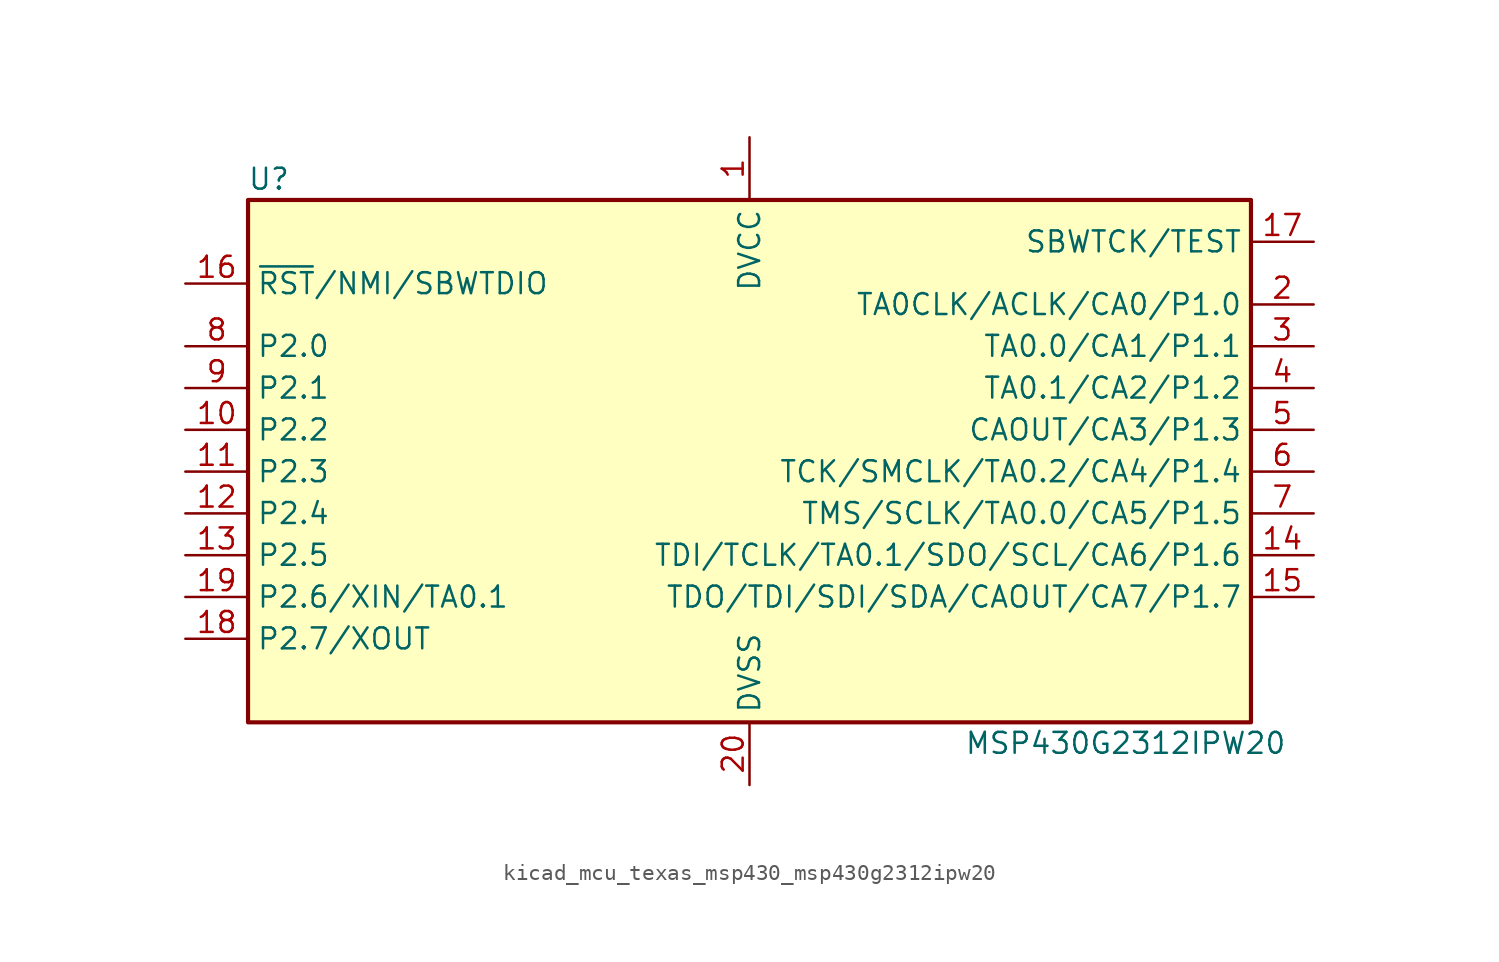
<source format=kicad_sym>
(kicad_symbol_lib
  (version 20220914)
  (generator kicad_symbol_editor)
  (symbol "kicad_mcu_texas_msp430_msp430g2312ipw20"
    (property "Reference" "U"
      (at -29.21 17.78 0)
      (effects (font (size 1.27 1.27))))
    (property "Value" "MSP430G2312IPW20"
      (at 22.86 -16.51 0)
      (effects (font (size 1.27 1.27))))
    (symbol "kicad_mcu_texas_msp430_msp430g2312ipw20_0_1"
      (rectangle (start -30.48 16.51) (end 30.48 -15.24) (stroke (width 0.254) (type default)) (fill (type background))))
    (symbol "kicad_mcu_texas_msp430_msp430g2312ipw20_1_1"
      (pin power_in line (at 0 20.32 270) (length 3.81) (name "DVCC" (effects (font (size 1.27 1.27)))) (number "1" (effects (font (size 1.27 1.27)))))
      (pin bidirectional line (at -34.29 2.54 0) (length 3.81) (name "P2.2" (effects (font (size 1.27 1.27)))) (number "10" (effects (font (size 1.27 1.27)))))
      (pin bidirectional line (at -34.29 0 0) (length 3.81) (name "P2.3" (effects (font (size 1.27 1.27)))) (number "11" (effects (font (size 1.27 1.27)))))
      (pin bidirectional line (at -34.29 -2.54 0) (length 3.81) (name "P2.4" (effects (font (size 1.27 1.27)))) (number "12" (effects (font (size 1.27 1.27)))))
      (pin bidirectional line (at -34.29 -5.08 0) (length 3.81) (name "P2.5" (effects (font (size 1.27 1.27)))) (number "13" (effects (font (size 1.27 1.27)))))
      (pin bidirectional line (at 34.29 -5.08 180) (length 3.81) (name "TDI/TCLK/TA0.1/SDO/SCL/CA6/P1.6" (effects (font (size 1.27 1.27)))) (number "14" (effects (font (size 1.27 1.27)))))
      (pin bidirectional line (at 34.29 -7.62 180) (length 3.81) (name "TDO/TDI/SDI/SDA/CAOUT/CA7/P1.7" (effects (font (size 1.27 1.27)))) (number "15" (effects (font (size 1.27 1.27)))))
      (pin input line (at -34.29 11.43 0) (length 3.81) (name "~{RST}/NMI/SBWTDIO" (effects (font (size 1.27 1.27)))) (number "16" (effects (font (size 1.27 1.27)))))
      (pin input line (at 34.29 13.97 180) (length 3.81) (name "SBWTCK/TEST" (effects (font (size 1.27 1.27)))) (number "17" (effects (font (size 1.27 1.27)))))
      (pin bidirectional line (at -34.29 -10.16 0) (length 3.81) (name "P2.7/XOUT" (effects (font (size 1.27 1.27)))) (number "18" (effects (font (size 1.27 1.27)))))
      (pin bidirectional line (at -34.29 -7.62 0) (length 3.81) (name "P2.6/XIN/TA0.1" (effects (font (size 1.27 1.27)))) (number "19" (effects (font (size 1.27 1.27)))))
      (pin bidirectional line (at 34.29 10.16 180) (length 3.81) (name "TA0CLK/ACLK/CA0/P1.0" (effects (font (size 1.27 1.27)))) (number "2" (effects (font (size 1.27 1.27)))))
      (pin power_in line (at 0 -19.05 90) (length 3.81) (name "DVSS" (effects (font (size 1.27 1.27)))) (number "20" (effects (font (size 1.27 1.27)))))
      (pin bidirectional line (at 34.29 7.62 180) (length 3.81) (name "TA0.0/CA1/P1.1" (effects (font (size 1.27 1.27)))) (number "3" (effects (font (size 1.27 1.27)))))
      (pin bidirectional line (at 34.29 5.08 180) (length 3.81) (name "TA0.1/CA2/P1.2" (effects (font (size 1.27 1.27)))) (number "4" (effects (font (size 1.27 1.27)))))
      (pin bidirectional line (at 34.29 2.54 180) (length 3.81) (name "CAOUT/CA3/P1.3" (effects (font (size 1.27 1.27)))) (number "5" (effects (font (size 1.27 1.27)))))
      (pin bidirectional line (at 34.29 0 180) (length 3.81) (name "TCK/SMCLK/TA0.2/CA4/P1.4" (effects (font (size 1.27 1.27)))) (number "6" (effects (font (size 1.27 1.27)))))
      (pin bidirectional line (at 34.29 -2.54 180) (length 3.81) (name "TMS/SCLK/TA0.0/CA5/P1.5" (effects (font (size 1.27 1.27)))) (number "7" (effects (font (size 1.27 1.27)))))
      (pin bidirectional line (at -34.29 7.62 0) (length 3.81) (name "P2.0" (effects (font (size 1.27 1.27)))) (number "8" (effects (font (size 1.27 1.27)))))
      (pin bidirectional line (at -34.29 5.08 0) (length 3.81) (name "P2.1" (effects (font (size 1.27 1.27)))) (number "9" (effects (font (size 1.27 1.27))))))))
</source>
